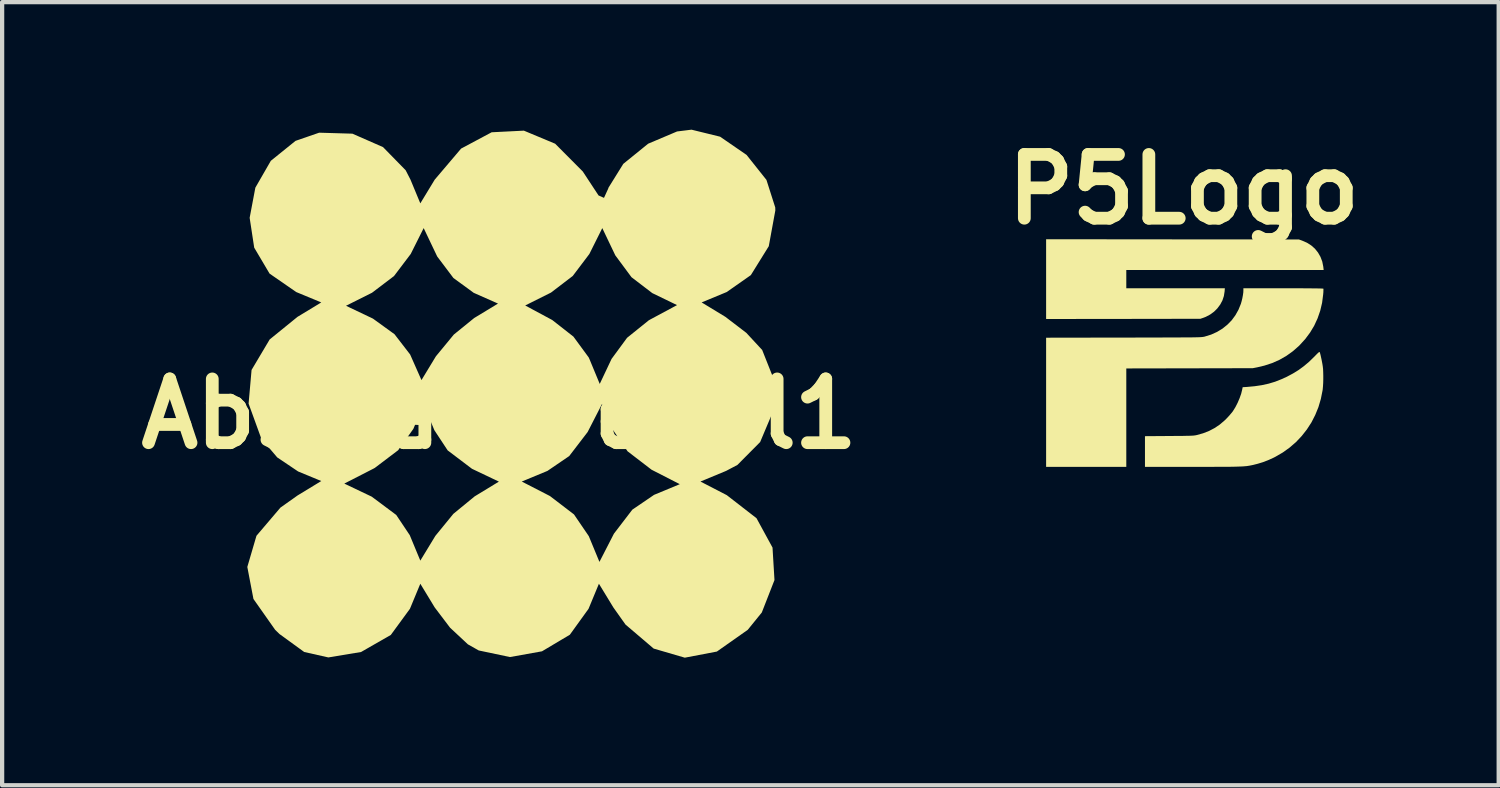
<source format=kicad_pcb>
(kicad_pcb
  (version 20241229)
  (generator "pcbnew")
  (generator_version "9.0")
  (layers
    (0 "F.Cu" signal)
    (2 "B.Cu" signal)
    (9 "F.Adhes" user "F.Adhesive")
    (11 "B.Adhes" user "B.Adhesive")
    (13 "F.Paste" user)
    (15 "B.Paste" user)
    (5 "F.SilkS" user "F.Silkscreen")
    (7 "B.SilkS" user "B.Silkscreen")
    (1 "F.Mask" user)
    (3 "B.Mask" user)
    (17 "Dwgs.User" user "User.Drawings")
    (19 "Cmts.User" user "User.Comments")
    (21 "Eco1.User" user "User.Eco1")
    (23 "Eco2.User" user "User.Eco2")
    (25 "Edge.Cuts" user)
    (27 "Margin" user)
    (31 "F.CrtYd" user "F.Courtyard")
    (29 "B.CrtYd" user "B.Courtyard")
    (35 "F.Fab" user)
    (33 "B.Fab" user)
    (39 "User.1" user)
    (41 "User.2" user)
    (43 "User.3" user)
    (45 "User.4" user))
  (footprint "P5Logo"
    (layer "F.Cu")
    (at 24.818 5.254)
    (property "Reference" "P5Logo" (at -0.025 -3.85 0) (layer "F.SilkS") (effects (font (size 1.5 1.5) (thickness 0.3))))
    (attr board_only exclude_from_pos_files exclude_from_bom)
    (fp_poly (pts (xy -0.291 -2.674) (xy 2.682 -2.672) (xy 2.76 -2.644) (xy 2.872 -2.595) (xy 2.973 -2.531) (xy 3.06 -2.454) (xy 3.132 -2.364) (xy 3.19 -2.263) (xy 3.232 -2.152) (xy 3.256 -2.032) (xy 3.258 -2.015) (xy 3.265 -1.954) (xy 0.944 -1.954) (xy -1.377 -1.954) (xy -1.377 -1.739) (xy -1.377 -1.524) (xy -0.218 -1.524) (xy 0.941 -1.524) (xy 0.935 -1.448) (xy 0.918 -1.341) (xy 0.884 -1.238) (xy 0.832 -1.141) (xy 0.766 -1.052) (xy 0.687 -0.973) (xy 0.595 -0.906) (xy 0.493 -0.852) (xy 0.445 -0.833) (xy 0.366 -0.806) (xy -1.448 -0.803) (xy -3.263 -0.801) (xy -3.263 -1.739) (xy -3.263 -2.677)) (stroke (width 0) (type solid)) (fill yes) (layer "F.SilkS"))
    (fp_poly (pts (xy 2.497 -1.524) (xy 2.659 -1.524) (xy 2.802 -1.523) (xy 2.926 -1.522) (xy 3.03 -1.521) (xy 3.115 -1.52) (xy 3.18 -1.519) (xy 3.225 -1.517) (xy 3.251 -1.516) (xy 3.258 -1.514) (xy 3.26 -1.501) (xy 3.259 -1.473) (xy 3.258 -1.433) (xy 3.254 -1.385) (xy 3.253 -1.375) (xy 3.228 -1.181) (xy 3.184 -0.995) (xy 3.122 -0.816) (xy 3.043 -0.645) (xy 2.946 -0.483) (xy 2.832 -0.33) (xy 2.701 -0.186) (xy 2.68 -0.165) (xy 2.538 -0.041) (xy 2.387 0.067) (xy 2.226 0.159) (xy 2.055 0.235) (xy 1.872 0.295) (xy 1.705 0.335) (xy 1.597 0.356) (xy 0.11 0.359) (xy -1.377 0.362) (xy -1.377 1.519) (xy -1.377 2.677) (xy -2.32 2.677) (xy -3.263 2.677) (xy -3.263 1.158) (xy -3.263 -0.361) (xy -1.439 -0.364) (xy -1.217 -0.364) (xy -1.014 -0.365) (xy -0.829 -0.365) (xy -0.661 -0.365) (xy -0.509 -0.366) (xy -0.372 -0.366) (xy -0.249 -0.367) (xy -0.14 -0.367) (xy -0.044 -0.368) (xy 0.041 -0.368) (xy 0.115 -0.369) (xy 0.178 -0.369) (xy 0.233 -0.37) (xy 0.279 -0.371) (xy 0.318 -0.372) (xy 0.35 -0.373) (xy 0.376 -0.375) (xy 0.398 -0.376) (xy 0.415 -0.378) (xy 0.429 -0.38) (xy 0.442 -0.382) (xy 0.452 -0.384) (xy 0.462 -0.386) (xy 0.469 -0.388) (xy 0.618 -0.434) (xy 0.757 -0.497) (xy 0.884 -0.574) (xy 0.999 -0.666) (xy 1.101 -0.77) (xy 1.188 -0.888) (xy 1.261 -1.018) (xy 1.318 -1.158) (xy 1.336 -1.221) (xy 1.353 -1.292) (xy 1.366 -1.363) (xy 1.375 -1.428) (xy 1.377 -1.478) (xy 1.377 -1.524) (xy 2.315 -1.524)) (stroke (width 0) (type solid)) (fill yes) (layer "F.SilkS"))
    (fp_poly (pts (xy 3.171 -0.023) (xy 3.174 -0.016) (xy 3.182 0.008) (xy 3.192 0.047) (xy 3.203 0.097) (xy 3.215 0.152) (xy 3.226 0.208) (xy 3.236 0.261) (xy 3.243 0.306) (xy 3.244 0.313) (xy 3.251 0.372) (xy 3.254 0.445) (xy 3.256 0.528) (xy 3.256 0.615) (xy 3.254 0.701) (xy 3.249 0.782) (xy 3.243 0.851) (xy 3.239 0.879) (xy 3.199 1.079) (xy 3.142 1.272) (xy 3.067 1.456) (xy 2.977 1.632) (xy 2.87 1.797) (xy 2.749 1.951) (xy 2.614 2.094) (xy 2.465 2.223) (xy 2.303 2.339) (xy 2.129 2.44) (xy 2.086 2.462) (xy 1.958 2.52) (xy 1.835 2.567) (xy 1.71 2.605) (xy 1.646 2.621) (xy 1.612 2.63) (xy 1.579 2.637) (xy 1.548 2.643) (xy 1.518 2.649) (xy 1.485 2.654) (xy 1.451 2.659) (xy 1.413 2.662) (xy 1.37 2.666) (xy 1.321 2.668) (xy 1.265 2.67) (xy 1.201 2.672) (xy 1.127 2.674) (xy 1.042 2.675) (xy 0.945 2.676) (xy 0.836 2.676) (xy 0.711 2.676) (xy 0.571 2.677) (xy 0.415 2.677) (xy 0.24 2.677) (xy 0.185 2.677) (xy -0.938 2.677) (xy -0.938 2.316) (xy -0.938 1.955) (xy -0.369 1.951) (xy -0.247 1.95) (xy -0.142 1.949) (xy -0.054 1.949) (xy 0.02 1.947) (xy 0.08 1.946) (xy 0.13 1.945) (xy 0.17 1.943) (xy 0.202 1.941) (xy 0.227 1.938) (xy 0.248 1.935) (xy 0.267 1.932) (xy 0.273 1.93) (xy 0.429 1.887) (xy 0.57 1.832) (xy 0.699 1.764) (xy 0.82 1.683) (xy 0.934 1.586) (xy 0.972 1.549) (xy 1.015 1.504) (xy 1.057 1.457) (xy 1.095 1.412) (xy 1.125 1.375) (xy 1.131 1.366) (xy 1.189 1.273) (xy 1.242 1.169) (xy 1.288 1.061) (xy 1.325 0.956) (xy 1.348 0.862) (xy 1.36 0.803) (xy 1.459 0.797) (xy 1.642 0.78) (xy 1.811 0.755) (xy 1.97 0.72) (xy 2.123 0.674) (xy 2.273 0.615) (xy 2.398 0.558) (xy 2.544 0.48) (xy 2.677 0.398) (xy 2.802 0.306) (xy 2.924 0.203) (xy 3.046 0.084) (xy 3.046 0.084) (xy 3.089 0.04) (xy 3.121 0.008) (xy 3.143 -0.012) (xy 3.157 -0.023) (xy 3.166 -0.026)) (stroke (width 0) (type solid)) (fill yes) (layer "F.SilkS")))
  (footprint "AbstractDecal1"
    (layer "F.Cu")
    (at 8.693 6.684)
    (property "Reference" "AbstractDecal1" (at 0 0 0) (layer "F.SilkS") (effects (font (size 1.5 1.5) (thickness 0.3))))
    (attr board_only exclude_from_pos_files exclude_from_bom)
    (fp_poly (pts (xy 5.194 -6.519) (xy 5.816 -6.091) (xy 6.284 -5.503) (xy 6.491 -4.855) (xy 6.493 -4.784) (xy 6.339 -3.943) (xy 5.917 -3.263) (xy 5.349 -2.865) (xy 4.76 -2.621) (xy 5.318 -2.282) (xy 5.811 -1.905) (xy 6.184 -1.502) (xy 6.461 -0.804) (xy 6.434 -0.044) (xy 6.136 0.663) (xy 5.602 1.201) (xy 5.335 1.342) (xy 4.732 1.592) (xy 5.351 1.912) (xy 6.05 2.454) (xy 6.427 3.145) (xy 6.473 3.909) (xy 6.175 4.672) (xy 5.844 5.08) (xy 5.118 5.591) (xy 4.364 5.735) (xy 3.632 5.521) (xy 2.969 4.956) (xy 2.684 4.554) (xy 2.344 3.996) (xy 2.1 4.585) (xy 1.66 5.195) (xy 1.005 5.585) (xy 0.252 5.72) (xy -0.483 5.565) (xy -0.738 5.421) (xy -1.157 5.03) (xy -1.518 4.554) (xy -1.857 3.996) (xy -2.101 4.585) (xy -2.551 5.2) (xy -3.25 5.601) (xy -4.02 5.729) (xy -4.588 5.601) (xy -5.169 5.179) (xy -5.271 5.08) (xy -5.782 4.354) (xy -5.926 3.601) (xy -5.711 2.868) (xy -5.147 2.205) (xy -4.745 1.92) (xy -4.285 1.64) (xy -3.645 1.64) (xy -2.999 1.948) (xy -2.423 2.378) (xy -2.105 2.854) (xy -1.857 3.452) (xy -1.503 2.87) (xy -1.08 2.352) (xy -0.579 1.941) (xy -0.009 1.594) (xy -0.013 1.592) (xy 0.529 1.592) (xy 1.192 1.933) (xy 1.757 2.365) (xy 2.106 2.877) (xy 2.356 3.482) (xy 2.697 2.818) (xy 3.129 2.254) (xy 3.641 1.905) (xy 4.246 1.654) (xy 3.582 1.314) (xy 3.018 0.881) (xy 2.668 0.369) (xy 2.418 -0.235) (xy 2.078 0.428) (xy 1.645 0.993) (xy 1.133 1.342) (xy 0.529 1.592) (xy -0.013 1.592) (xy -0.642 1.292) (xy -1.214 0.859) (xy -1.527 0.384) (xy -1.778 -0.223) (xy -2.021 0.354) (xy -2.379 0.856) (xy -2.927 1.271) (xy -2.954 1.286) (xy -3.645 1.64) (xy -4.285 1.64) (xy -4.187 1.58) (xy -4.731 1.355) (xy -5.223 1.024) (xy -5.597 0.583) (xy -5.896 -0.241) (xy -5.826 -1.033) (xy -5.4 -1.75) (xy -4.745 -2.282) (xy -4.316 -2.542) (xy -3.605 -2.542) (xy -2.971 -2.24) (xy -2.464 -1.873) (xy -2.097 -1.397) (xy -2.083 -1.366) (xy -1.83 -0.794) (xy -1.49 -1.354) (xy -1.069 -1.865) (xy -0.59 -2.254) (xy -0.103 -2.549) (xy 0.61 -2.549) (xy 1.246 -2.207) (xy 1.744 -1.817) (xy 2.103 -1.328) (xy 2.123 -1.284) (xy 2.363 -0.704) (xy 2.641 -1.292) (xy 3.006 -1.789) (xy 3.515 -2.199) (xy 3.55 -2.219) (xy 4.181 -2.558) (xy 3.599 -2.84) (xy 3.11 -3.214) (xy 2.729 -3.728) (xy 2.721 -3.745) (xy 2.423 -4.369) (xy 2.119 -3.76) (xy 1.728 -3.243) (xy 1.215 -2.851) (xy 1.212 -2.85) (xy 0.61 -2.549) (xy -0.103 -2.549) (xy -0.03 -2.594) (xy -0.602 -2.847) (xy -1.079 -3.196) (xy -1.459 -3.7) (xy -1.476 -3.735) (xy -1.778 -4.369) (xy -2.083 -3.76) (xy -2.476 -3.241) (xy -2.995 -2.847) (xy -2.996 -2.847) (xy -3.605 -2.542) (xy -4.316 -2.542) (xy -4.187 -2.621) (xy -4.776 -2.865) (xy -5.403 -3.299) (xy -5.764 -3.909) (xy -5.871 -4.611) (xy -5.737 -5.32) (xy -5.373 -5.952) (xy -4.792 -6.421) (xy -4.236 -6.613) (xy -3.454 -6.59) (xy -2.734 -6.274) (xy -2.202 -5.73) (xy -2.088 -5.508) (xy -1.857 -4.951) (xy -1.518 -5.509) (xy -0.898 -6.239) (xy -0.179 -6.623) (xy 0.579 -6.661) (xy 1.314 -6.354) (xy 1.964 -5.701) (xy 2.098 -5.497) (xy 2.335 -5.137) (xy 2.463 -5.08) (xy 2.562 -5.297) (xy 2.569 -5.32) (xy 2.917 -5.88) (xy 3.502 -6.354) (xy 4.182 -6.642) (xy 4.522 -6.684)) (stroke (width 0) (type solid)) (fill yes) (layer "F.SilkS")))
  (gr_rect
    (start -3 -3)
    (end 32.2 15.419)
    (stroke (width 0.1) (type default))
    (fill no)
    (layer "Edge.Cuts")))
</source>
